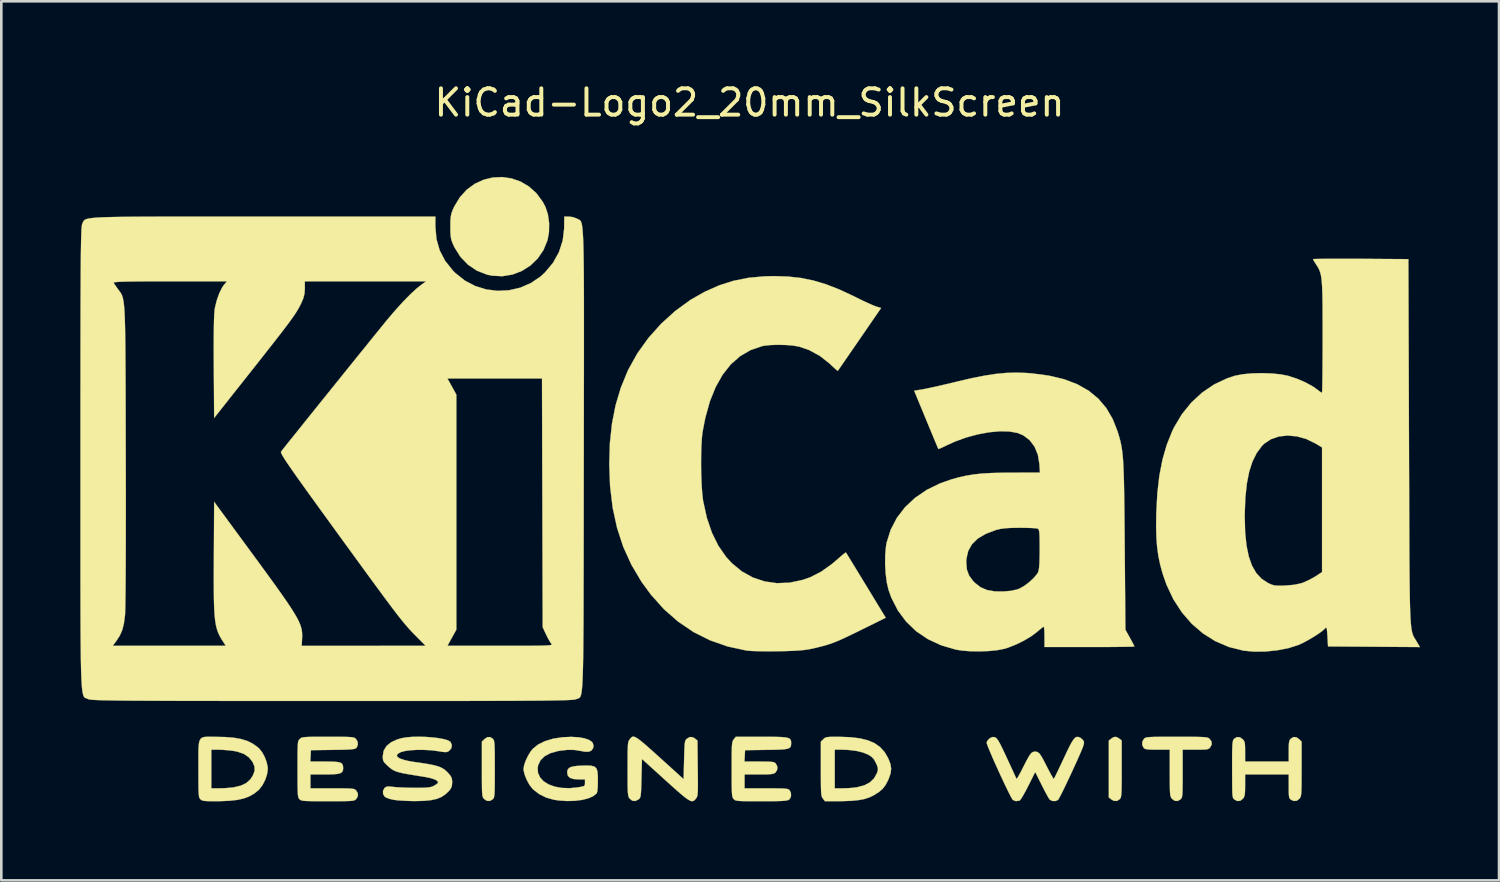
<source format=kicad_pcb>
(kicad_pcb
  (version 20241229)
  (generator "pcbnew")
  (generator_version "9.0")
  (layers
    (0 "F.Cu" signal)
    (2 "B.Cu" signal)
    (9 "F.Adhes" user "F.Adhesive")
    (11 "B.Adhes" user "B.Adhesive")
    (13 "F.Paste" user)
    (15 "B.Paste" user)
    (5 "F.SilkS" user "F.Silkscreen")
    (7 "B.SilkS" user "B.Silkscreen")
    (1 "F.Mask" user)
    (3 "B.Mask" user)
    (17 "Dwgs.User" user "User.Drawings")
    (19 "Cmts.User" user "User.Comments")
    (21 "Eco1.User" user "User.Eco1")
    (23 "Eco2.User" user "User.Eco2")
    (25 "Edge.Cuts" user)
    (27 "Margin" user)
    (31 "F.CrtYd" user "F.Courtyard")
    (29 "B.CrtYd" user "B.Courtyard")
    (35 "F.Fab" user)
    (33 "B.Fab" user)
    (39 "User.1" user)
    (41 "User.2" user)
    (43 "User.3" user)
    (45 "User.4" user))
  (footprint "KiCad-Logo2_20mm_SilkScreen"
    (layer "F.Cu")
    (at 25.405 13.548)
    (property "Reference" "KiCad-Logo2_20mm_SilkScreen" (at 0 -12.7 0) (layer "F.SilkS") (effects (font (size 1 1) (thickness 0.15))))
    (attr exclude_from_pos_files exclude_from_bom)
    (fp_poly (pts (xy 13.962 11.396) (xy 14.041 11.445) (xy 14.13 11.517) (xy 14.13 12.589) (xy 14.13 12.903) (xy 14.128 13.15) (xy 14.126 13.339) (xy 14.121 13.479) (xy 14.114 13.579) (xy 14.103 13.648) (xy 14.089 13.693) (xy 14.071 13.725) (xy 14.058 13.74) (xy 13.953 13.809) (xy 13.834 13.806) (xy 13.73 13.748) (xy 13.641 13.676) (xy 13.641 11.517) (xy 13.73 11.445) (xy 13.815 11.393) (xy 13.885 11.374) (xy 13.962 11.396)) (stroke (width 0.01) (type solid)) (fill yes) (layer "F.SilkS"))
    (fp_poly (pts (xy -9.746 11.449) (xy -9.724 11.474) (xy -9.707 11.507) (xy -9.694 11.555) (xy -9.684 11.629) (xy -9.678 11.735) (xy -9.674 11.885) (xy -9.672 12.085) (xy -9.671 12.344) (xy -9.671 12.597) (xy -9.671 12.909) (xy -9.672 13.156) (xy -9.675 13.344) (xy -9.679 13.483) (xy -9.686 13.583) (xy -9.696 13.65) (xy -9.71 13.694) (xy -9.728 13.725) (xy -9.746 13.744) (xy -9.856 13.81) (xy -9.973 13.804) (xy -10.078 13.732) (xy -10.102 13.704) (xy -10.121 13.672) (xy -10.135 13.626) (xy -10.146 13.558) (xy -10.153 13.458) (xy -10.157 13.318) (xy -10.159 13.129) (xy -10.16 12.882) (xy -10.16 12.602) (xy -10.16 11.558) (xy -10.068 11.466) (xy -9.954 11.388) (xy -9.843 11.385) (xy -9.746 11.449)) (stroke (width 0.01) (type solid)) (fill yes) (layer "F.SilkS"))
    (fp_poly (pts (xy -9.038 -9.825) (xy -8.696 -9.707) (xy -8.378 -9.52) (xy -8.094 -9.266) (xy -7.854 -8.943) (xy -7.746 -8.74) (xy -7.653 -8.455) (xy -7.608 -8.127) (xy -7.613 -7.79) (xy -7.668 -7.484) (xy -7.82 -7.11) (xy -8.04 -6.786) (xy -8.318 -6.518) (xy -8.641 -6.312) (xy -8.999 -6.175) (xy -9.381 -6.112) (xy -9.775 -6.132) (xy -9.969 -6.173) (xy -10.347 -6.32) (xy -10.683 -6.545) (xy -10.969 -6.84) (xy -11.196 -7.198) (xy -11.216 -7.238) (xy -11.282 -7.385) (xy -11.324 -7.508) (xy -11.346 -7.639) (xy -11.356 -7.807) (xy -11.357 -7.989) (xy -11.355 -8.208) (xy -11.343 -8.366) (xy -11.317 -8.494) (xy -11.271 -8.622) (xy -11.213 -8.748) (xy -10.999 -9.106) (xy -10.735 -9.397) (xy -10.432 -9.619) (xy -10.101 -9.772) (xy -9.751 -9.858) (xy -9.393 -9.876) (xy -9.038 -9.825)) (stroke (width 0.01) (type solid)) (fill yes) (layer "F.SilkS"))
    (fp_poly (pts (xy 16.544 11.374) (xy 16.806 11.375) (xy 17.01 11.378) (xy 17.163 11.382) (xy 17.274 11.389) (xy 17.351 11.398) (xy 17.402 11.411) (xy 17.436 11.427) (xy 17.453 11.439) (xy 17.538 11.548) (xy 17.549 11.66) (xy 17.496 11.763) (xy 17.461 11.804) (xy 17.424 11.832) (xy 17.37 11.849) (xy 17.285 11.858) (xy 17.156 11.862) (xy 16.968 11.863) (xy 16.931 11.863) (xy 16.444 11.863) (xy 16.444 12.766) (xy 16.444 13.051) (xy 16.442 13.27) (xy 16.439 13.433) (xy 16.433 13.549) (xy 16.424 13.629) (xy 16.41 13.682) (xy 16.392 13.717) (xy 16.369 13.744) (xy 16.259 13.81) (xy 16.145 13.805) (xy 16.041 13.73) (xy 16.033 13.72) (xy 16.008 13.685) (xy 15.989 13.644) (xy 15.975 13.586) (xy 15.966 13.503) (xy 15.96 13.383) (xy 15.957 13.217) (xy 15.955 12.995) (xy 15.955 12.742) (xy 15.955 11.863) (xy 15.49 11.863) (xy 15.291 11.861) (xy 15.153 11.856) (xy 15.062 11.845) (xy 15.005 11.827) (xy 14.968 11.799) (xy 14.964 11.794) (xy 14.909 11.683) (xy 14.914 11.558) (xy 14.977 11.449) (xy 15.001 11.428) (xy 15.032 11.411) (xy 15.079 11.398) (xy 15.149 11.388) (xy 15.251 11.382) (xy 15.394 11.377) (xy 15.585 11.375) (xy 15.834 11.374) (xy 16.147 11.374) (xy 16.214 11.374) (xy 16.544 11.374)) (stroke (width 0.01) (type solid)) (fill yes) (layer "F.SilkS"))
    (fp_poly (pts (xy 20.763 11.392) (xy 20.867 11.466) (xy 20.96 11.558) (xy 20.96 12.59) (xy 20.959 12.896) (xy 20.958 13.136) (xy 20.956 13.319) (xy 20.951 13.455) (xy 20.943 13.551) (xy 20.932 13.618) (xy 20.917 13.664) (xy 20.897 13.699) (xy 20.882 13.72) (xy 20.779 13.802) (xy 20.662 13.811) (xy 20.554 13.761) (xy 20.519 13.731) (xy 20.495 13.692) (xy 20.481 13.628) (xy 20.473 13.527) (xy 20.471 13.372) (xy 20.471 13.253) (xy 20.471 12.803) (xy 18.815 12.803) (xy 18.815 13.212) (xy 18.813 13.399) (xy 18.806 13.528) (xy 18.792 13.615) (xy 18.767 13.676) (xy 18.737 13.72) (xy 18.634 13.802) (xy 18.517 13.812) (xy 18.406 13.754) (xy 18.375 13.723) (xy 18.354 13.683) (xy 18.34 13.62) (xy 18.331 13.522) (xy 18.327 13.376) (xy 18.325 13.171) (xy 18.325 13.123) (xy 18.323 12.735) (xy 18.322 12.416) (xy 18.322 12.157) (xy 18.324 11.953) (xy 18.328 11.796) (xy 18.333 11.678) (xy 18.341 11.594) (xy 18.352 11.536) (xy 18.365 11.497) (xy 18.382 11.469) (xy 18.401 11.449) (xy 18.507 11.383) (xy 18.618 11.392) (xy 18.722 11.466) (xy 18.765 11.514) (xy 18.792 11.567) (xy 18.807 11.642) (xy 18.813 11.757) (xy 18.815 11.929) (xy 18.815 11.936) (xy 18.815 12.314) (xy 20.471 12.314) (xy 20.471 11.919) (xy 20.472 11.737) (xy 20.479 11.614) (xy 20.493 11.534) (xy 20.518 11.481) (xy 20.546 11.449) (xy 20.652 11.383) (xy 20.763 11.392)) (stroke (width 0.01) (type solid)) (fill yes) (layer "F.SilkS"))
    (fp_poly (pts (xy 3.394 11.374) (xy 3.824 11.389) (xy 4.19 11.433) (xy 4.497 11.509) (xy 4.753 11.62) (xy 4.962 11.769) (xy 5.131 11.957) (xy 5.266 12.189) (xy 5.268 12.195) (xy 5.349 12.402) (xy 5.377 12.585) (xy 5.354 12.77) (xy 5.279 12.98) (xy 5.265 13.012) (xy 5.167 13.2) (xy 5.058 13.345) (xy 4.917 13.468) (xy 4.724 13.59) (xy 4.713 13.597) (xy 4.545 13.677) (xy 4.355 13.738) (xy 4.132 13.779) (xy 3.862 13.805) (xy 3.534 13.817) (xy 3.418 13.818) (xy 2.865 13.819) (xy 2.787 13.72) (xy 2.764 13.688) (xy 2.746 13.65) (xy 2.733 13.597) (xy 2.723 13.521) (xy 2.716 13.411) (xy 2.714 13.33) (xy 3.236 13.33) (xy 3.549 13.33) (xy 3.732 13.325) (xy 3.92 13.311) (xy 4.074 13.291) (xy 4.084 13.289) (xy 4.358 13.216) (xy 4.57 13.105) (xy 4.728 12.953) (xy 4.838 12.753) (xy 4.857 12.7) (xy 4.876 12.618) (xy 4.868 12.536) (xy 4.828 12.428) (xy 4.804 12.375) (xy 4.727 12.233) (xy 4.633 12.134) (xy 4.53 12.065) (xy 4.323 11.975) (xy 4.059 11.91) (xy 3.751 11.872) (xy 3.528 11.864) (xy 3.236 11.863) (xy 3.236 13.33) (xy 2.714 13.33) (xy 2.712 13.26) (xy 2.71 13.058) (xy 2.709 12.795) (xy 2.709 12.59) (xy 2.709 11.558) (xy 2.802 11.466) (xy 2.843 11.428) (xy 2.887 11.403) (xy 2.949 11.387) (xy 3.043 11.378) (xy 3.182 11.375) (xy 3.382 11.374) (xy 3.394 11.374)) (stroke (width 0.01) (type solid)) (fill yes) (layer "F.SilkS"))
    (fp_poly (pts (xy -20.405 11.374) (xy -20.273 11.375) (xy -19.887 11.384) (xy -19.564 11.412) (xy -19.293 11.461) (xy -19.062 11.534) (xy -18.861 11.634) (xy -18.679 11.765) (xy -18.614 11.822) (xy -18.506 11.955) (xy -18.408 12.135) (xy -18.333 12.334) (xy -18.292 12.526) (xy -18.288 12.597) (xy -18.315 12.793) (xy -18.386 13.007) (xy -18.49 13.209) (xy -18.613 13.371) (xy -18.633 13.391) (xy -18.802 13.528) (xy -18.987 13.635) (xy -19.199 13.715) (xy -19.448 13.77) (xy -19.746 13.803) (xy -20.102 13.818) (xy -20.265 13.819) (xy -20.473 13.818) (xy -20.618 13.814) (xy -20.716 13.805) (xy -20.78 13.789) (xy -20.824 13.765) (xy -20.847 13.744) (xy -20.869 13.719) (xy -20.886 13.686) (xy -20.899 13.638) (xy -20.908 13.564) (xy -20.915 13.458) (xy -20.919 13.308) (xy -20.921 13.108) (xy -20.922 12.849) (xy -20.922 12.597) (xy -20.923 12.26) (xy -20.923 11.991) (xy -20.92 11.863) (xy -20.433 11.863) (xy -20.433 13.33) (xy -20.122 13.33) (xy -19.936 13.325) (xy -19.74 13.311) (xy -19.577 13.292) (xy -19.572 13.291) (xy -19.308 13.227) (xy -19.103 13.128) (xy -18.948 12.986) (xy -18.849 12.833) (xy -18.788 12.663) (xy -18.793 12.504) (xy -18.863 12.333) (xy -19.002 12.156) (xy -19.193 12.025) (xy -19.442 11.938) (xy -19.609 11.907) (xy -19.798 11.885) (xy -19.998 11.869) (xy -20.169 11.863) (xy -20.179 11.863) (xy -20.433 11.863) (xy -20.92 11.863) (xy -20.918 11.783) (xy -20.903 11.627) (xy -20.876 11.516) (xy -20.832 11.443) (xy -20.767 11.399) (xy -20.676 11.378) (xy -20.557 11.372) (xy -20.405 11.374)) (stroke (width 0.01) (type solid)) (fill yes) (layer "F.SilkS"))
    (fp_poly (pts (xy -4.334 11.388) (xy -4.255 11.434) (xy -4.152 11.51) (xy -4.02 11.618) (xy -3.853 11.762) (xy -3.646 11.947) (xy -3.394 12.175) (xy -3.104 12.437) (xy -2.502 12.983) (xy -2.484 12.25) (xy -2.477 11.998) (xy -2.47 11.81) (xy -2.462 11.676) (xy -2.452 11.584) (xy -2.437 11.524) (xy -2.417 11.486) (xy -2.39 11.457) (xy -2.376 11.445) (xy -2.261 11.382) (xy -2.151 11.391) (xy -2.064 11.445) (xy -1.976 11.517) (xy -1.965 12.567) (xy -1.961 12.876) (xy -1.96 13.118) (xy -1.96 13.304) (xy -1.963 13.441) (xy -1.97 13.539) (xy -1.979 13.608) (xy -1.994 13.655) (xy -2.012 13.69) (xy -2.033 13.718) (xy -2.078 13.771) (xy -2.123 13.805) (xy -2.174 13.819) (xy -2.237 13.807) (xy -2.318 13.766) (xy -2.424 13.693) (xy -2.561 13.583) (xy -2.735 13.433) (xy -2.952 13.24) (xy -3.199 13.017) (xy -4.083 12.215) (xy -4.102 12.945) (xy -4.108 13.197) (xy -4.115 13.385) (xy -4.123 13.518) (xy -4.133 13.61) (xy -4.148 13.669) (xy -4.168 13.708) (xy -4.195 13.736) (xy -4.209 13.748) (xy -4.333 13.811) (xy -4.449 13.802) (xy -4.55 13.72) (xy -4.574 13.688) (xy -4.592 13.649) (xy -4.605 13.597) (xy -4.615 13.52) (xy -4.622 13.41) (xy -4.626 13.258) (xy -4.628 13.055) (xy -4.628 12.792) (xy -4.628 12.597) (xy -4.628 12.291) (xy -4.627 12.052) (xy -4.624 11.87) (xy -4.619 11.736) (xy -4.612 11.64) (xy -4.601 11.574) (xy -4.585 11.528) (xy -4.565 11.493) (xy -4.55 11.473) (xy -4.513 11.426) (xy -4.478 11.39) (xy -4.44 11.37) (xy -4.393 11.368) (xy -4.334 11.388)) (stroke (width 0.01) (type solid)) (fill yes) (layer "F.SilkS"))
    (fp_poly (pts (xy -6.5 11.392) (xy -6.272 11.43) (xy -6.096 11.49) (xy -5.982 11.568) (xy -5.951 11.613) (xy -5.92 11.717) (xy -5.941 11.811) (xy -6.008 11.901) (xy -6.112 11.942) (xy -6.264 11.939) (xy -6.381 11.916) (xy -6.641 11.873) (xy -6.907 11.869) (xy -7.205 11.904) (xy -7.287 11.919) (xy -7.564 11.997) (xy -7.781 12.113) (xy -7.935 12.265) (xy -8.024 12.452) (xy -8.042 12.548) (xy -8.03 12.743) (xy -7.952 12.916) (xy -7.816 13.063) (xy -7.628 13.181) (xy -7.396 13.266) (xy -7.126 13.315) (xy -6.826 13.325) (xy -6.503 13.292) (xy -6.485 13.289) (xy -6.356 13.265) (xy -6.285 13.242) (xy -6.254 13.207) (xy -6.247 13.15) (xy -6.247 13.119) (xy -6.247 12.992) (xy -6.475 12.992) (xy -6.676 12.978) (xy -6.814 12.934) (xy -6.894 12.856) (xy -6.923 12.74) (xy -6.923 12.725) (xy -6.906 12.626) (xy -6.848 12.555) (xy -6.74 12.508) (xy -6.572 12.481) (xy -6.41 12.471) (xy -6.175 12.465) (xy -6.004 12.474) (xy -5.887 12.506) (xy -5.815 12.571) (xy -5.776 12.678) (xy -5.76 12.836) (xy -5.757 13.044) (xy -5.762 13.275) (xy -5.776 13.433) (xy -5.8 13.517) (xy -5.804 13.523) (xy -5.934 13.628) (xy -6.124 13.712) (xy -6.363 13.771) (xy -6.638 13.805) (xy -6.937 13.812) (xy -7.249 13.79) (xy -7.432 13.763) (xy -7.719 13.682) (xy -7.986 13.549) (xy -8.21 13.376) (xy -8.244 13.342) (xy -8.354 13.197) (xy -8.454 13.017) (xy -8.531 12.829) (xy -8.574 12.658) (xy -8.58 12.592) (xy -8.557 12.455) (xy -8.499 12.284) (xy -8.414 12.105) (xy -8.316 11.941) (xy -8.229 11.831) (xy -8.026 11.668) (xy -7.763 11.538) (xy -7.451 11.445) (xy -7.097 11.391) (xy -6.773 11.377) (xy -6.5 11.392)) (stroke (width 0.01) (type solid)) (fill yes) (layer "F.SilkS"))
    (fp_poly (pts (xy 0.768 11.374) (xy 1.022 11.377) (xy 1.217 11.384) (xy 1.361 11.397) (xy 1.461 11.418) (xy 1.525 11.447) (xy 1.561 11.487) (xy 1.577 11.54) (xy 1.58 11.607) (xy 1.58 11.614) (xy 1.577 11.69) (xy 1.561 11.748) (xy 1.524 11.792) (xy 1.458 11.823) (xy 1.353 11.844) (xy 1.201 11.857) (xy 0.993 11.865) (xy 0.721 11.87) (xy 0.638 11.871) (xy -0.169 11.882) (xy -0.181 12.098) (xy -0.192 12.314) (xy 0.369 12.314) (xy 0.588 12.315) (xy 0.744 12.319) (xy 0.85 12.326) (xy 0.919 12.339) (xy 0.964 12.359) (xy 0.996 12.388) (xy 0.996 12.388) (xy 1.055 12.5) (xy 1.052 12.621) (xy 0.991 12.725) (xy 0.979 12.735) (xy 0.936 12.763) (xy 0.877 12.782) (xy 0.789 12.794) (xy 0.658 12.801) (xy 0.472 12.803) (xy 0.353 12.803) (xy -0.188 12.803) (xy -0.188 13.33) (xy 0.634 13.33) (xy 0.905 13.331) (xy 1.111 13.333) (xy 1.262 13.337) (xy 1.367 13.344) (xy 1.437 13.355) (xy 1.482 13.371) (xy 1.511 13.392) (xy 1.518 13.399) (xy 1.572 13.504) (xy 1.576 13.624) (xy 1.532 13.728) (xy 1.497 13.761) (xy 1.46 13.779) (xy 1.404 13.793) (xy 1.319 13.804) (xy 1.196 13.811) (xy 1.026 13.816) (xy 0.8 13.819) (xy 0.51 13.819) (xy 0.445 13.819) (xy 0.15 13.819) (xy -0.079 13.818) (xy -0.251 13.816) (xy -0.376 13.811) (xy -0.463 13.802) (xy -0.52 13.791) (xy -0.558 13.774) (xy -0.586 13.753) (xy -0.601 13.737) (xy -0.623 13.71) (xy -0.641 13.676) (xy -0.654 13.626) (xy -0.664 13.552) (xy -0.67 13.445) (xy -0.674 13.295) (xy -0.676 13.094) (xy -0.677 12.833) (xy -0.677 12.613) (xy -0.677 12.305) (xy -0.676 12.064) (xy -0.673 11.879) (xy -0.669 11.743) (xy -0.661 11.645) (xy -0.65 11.577) (xy -0.635 11.53) (xy -0.616 11.495) (xy -0.599 11.473) (xy -0.521 11.374) (xy 0.446 11.374) (xy 0.768 11.374)) (stroke (width 0.01) (type solid)) (fill yes) (layer "F.SilkS"))
    (fp_poly (pts (xy -15.709 11.374) (xy -15.478 11.375) (xy -15.303 11.378) (xy -15.176 11.383) (xy -15.087 11.391) (xy -15.027 11.403) (xy -14.987 11.419) (xy -14.957 11.441) (xy -14.946 11.45) (xy -14.88 11.554) (xy -14.868 11.673) (xy -14.912 11.778) (xy -14.932 11.8) (xy -14.964 11.82) (xy -15.016 11.836) (xy -15.098 11.848) (xy -15.219 11.857) (xy -15.389 11.864) (xy -15.617 11.868) (xy -15.825 11.871) (xy -16.651 11.882) (xy -16.662 12.098) (xy -16.674 12.314) (xy -16.113 12.314) (xy -15.87 12.316) (xy -15.692 12.325) (xy -15.569 12.344) (xy -15.491 12.378) (xy -15.448 12.429) (xy -15.431 12.502) (xy -15.428 12.569) (xy -15.436 12.652) (xy -15.468 12.713) (xy -15.531 12.755) (xy -15.637 12.782) (xy -15.795 12.797) (xy -16.013 12.803) (xy -16.133 12.803) (xy -16.67 12.803) (xy -16.67 13.33) (xy -15.842 13.33) (xy -15.571 13.331) (xy -15.364 13.332) (xy -15.213 13.336) (xy -15.107 13.343) (xy -15.035 13.354) (xy -14.988 13.369) (xy -14.956 13.39) (xy -14.939 13.406) (xy -14.882 13.495) (xy -14.864 13.575) (xy -14.89 13.672) (xy -14.939 13.744) (xy -14.965 13.767) (xy -14.999 13.784) (xy -15.049 13.798) (xy -15.126 13.807) (xy -15.237 13.813) (xy -15.392 13.817) (xy -15.601 13.819) (xy -15.871 13.819) (xy -16.011 13.819) (xy -16.312 13.819) (xy -16.546 13.818) (xy -16.724 13.815) (xy -16.853 13.81) (xy -16.944 13.802) (xy -17.004 13.791) (xy -17.044 13.775) (xy -17.073 13.755) (xy -17.084 13.744) (xy -17.106 13.719) (xy -17.123 13.686) (xy -17.136 13.637) (xy -17.146 13.564) (xy -17.152 13.457) (xy -17.156 13.307) (xy -17.158 13.106) (xy -17.159 12.846) (xy -17.159 12.603) (xy -17.159 12.292) (xy -17.158 12.048) (xy -17.156 11.862) (xy -17.152 11.724) (xy -17.145 11.626) (xy -17.135 11.56) (xy -17.121 11.516) (xy -17.102 11.486) (xy -17.078 11.461) (xy -17.072 11.455) (xy -17.043 11.431) (xy -17.01 11.411) (xy -16.962 11.397) (xy -16.891 11.387) (xy -16.788 11.38) (xy -16.643 11.376) (xy -16.446 11.374) (xy -16.189 11.374) (xy -16.007 11.374) (xy -15.709 11.374)) (stroke (width 0.01) (type solid)) (fill yes) (layer "F.SilkS"))
    (fp_poly (pts (xy 12.482 11.38) (xy 12.548 11.403) (xy 12.55 11.405) (xy 12.639 11.472) (xy 12.688 11.542) (xy 12.697 11.575) (xy 12.697 11.618) (xy 12.683 11.68) (xy 12.654 11.768) (xy 12.606 11.889) (xy 12.535 12.052) (xy 12.441 12.265) (xy 12.318 12.534) (xy 12.251 12.681) (xy 12.129 12.943) (xy 12.014 13.185) (xy 11.912 13.396) (xy 11.825 13.569) (xy 11.76 13.694) (xy 11.719 13.763) (xy 11.711 13.772) (xy 11.607 13.814) (xy 11.49 13.809) (xy 11.397 13.758) (xy 11.393 13.754) (xy 11.356 13.697) (xy 11.293 13.587) (xy 11.213 13.438) (xy 11.123 13.263) (xy 11.091 13.199) (xy 10.847 12.71) (xy 10.581 13.241) (xy 10.486 13.425) (xy 10.398 13.584) (xy 10.324 13.706) (xy 10.271 13.78) (xy 10.253 13.796) (xy 10.114 13.817) (xy 9.999 13.772) (xy 9.966 13.725) (xy 9.907 13.619) (xy 9.829 13.465) (xy 9.736 13.274) (xy 9.632 13.056) (xy 9.523 12.822) (xy 9.413 12.581) (xy 9.306 12.345) (xy 9.209 12.123) (xy 9.125 11.926) (xy 9.059 11.765) (xy 9.016 11.65) (xy 9.001 11.591) (xy 9.001 11.589) (xy 9.038 11.515) (xy 9.111 11.439) (xy 9.116 11.436) (xy 9.206 11.385) (xy 9.29 11.385) (xy 9.321 11.395) (xy 9.359 11.416) (xy 9.4 11.457) (xy 9.448 11.526) (xy 9.508 11.633) (xy 9.585 11.786) (xy 9.683 11.992) (xy 9.772 12.183) (xy 9.875 12.404) (xy 9.967 12.603) (xy 10.043 12.769) (xy 10.099 12.892) (xy 10.131 12.962) (xy 10.135 12.973) (xy 10.156 12.955) (xy 10.203 12.88) (xy 10.27 12.76) (xy 10.352 12.604) (xy 10.384 12.54) (xy 10.494 12.323) (xy 10.579 12.166) (xy 10.645 12.057) (xy 10.701 11.99) (xy 10.752 11.954) (xy 10.805 11.94) (xy 10.84 11.938) (xy 10.902 11.943) (xy 10.956 11.966) (xy 11.01 12.015) (xy 11.071 12.1) (xy 11.146 12.23) (xy 11.242 12.415) (xy 11.296 12.52) (xy 11.382 12.687) (xy 11.457 12.826) (xy 11.515 12.924) (xy 11.548 12.971) (xy 11.553 12.973) (xy 11.574 12.936) (xy 11.622 12.841) (xy 11.692 12.697) (xy 11.779 12.515) (xy 11.878 12.305) (xy 11.927 12.2) (xy 12.054 11.93) (xy 12.156 11.723) (xy 12.239 11.57) (xy 12.308 11.467) (xy 12.368 11.405) (xy 12.424 11.378) (xy 12.482 11.38)) (stroke (width 0.01) (type solid)) (fill yes) (layer "F.SilkS"))
    (fp_poly (pts (xy -12.306 11.378) (xy -12.056 11.395) (xy -11.824 11.423) (xy -11.623 11.459) (xy -11.467 11.502) (xy -11.368 11.553) (xy -11.353 11.568) (xy -11.3 11.683) (xy -11.316 11.801) (xy -11.398 11.902) (xy -11.402 11.905) (xy -11.45 11.937) (xy -11.5 11.953) (xy -11.57 11.955) (xy -11.678 11.943) (xy -11.84 11.917) (xy -11.853 11.915) (xy -12.096 11.885) (xy -12.357 11.871) (xy -12.62 11.87) (xy -12.865 11.884) (xy -13.073 11.912) (xy -13.228 11.952) (xy -13.238 11.956) (xy -13.35 12.019) (xy -13.39 12.082) (xy -13.359 12.145) (xy -13.26 12.204) (xy -13.096 12.259) (xy -12.87 12.308) (xy -12.719 12.331) (xy -12.405 12.376) (xy -12.155 12.417) (xy -11.959 12.458) (xy -11.806 12.502) (xy -11.685 12.553) (xy -11.586 12.614) (xy -11.498 12.689) (xy -11.427 12.763) (xy -11.344 12.866) (xy -11.302 12.954) (xy -11.289 13.063) (xy -11.289 13.103) (xy -11.299 13.236) (xy -11.337 13.334) (xy -11.404 13.422) (xy -11.541 13.555) (xy -11.693 13.657) (xy -11.872 13.731) (xy -12.089 13.779) (xy -12.356 13.806) (xy -12.684 13.814) (xy -12.738 13.814) (xy -12.956 13.809) (xy -13.173 13.799) (xy -13.364 13.785) (xy -13.506 13.767) (xy -13.518 13.765) (xy -13.659 13.732) (xy -13.779 13.689) (xy -13.847 13.651) (xy -13.91 13.549) (xy -13.915 13.43) (xy -13.86 13.324) (xy -13.848 13.312) (xy -13.798 13.276) (xy -13.735 13.261) (xy -13.637 13.264) (xy -13.519 13.277) (xy -13.387 13.289) (xy -13.201 13.299) (xy -12.985 13.307) (xy -12.759 13.311) (xy -12.7 13.311) (xy -12.474 13.31) (xy -12.308 13.305) (xy -12.189 13.296) (xy -12.101 13.28) (xy -12.03 13.256) (xy -11.987 13.236) (xy -11.893 13.181) (xy -11.834 13.131) (xy -11.825 13.116) (xy -11.843 13.058) (xy -11.931 13.001) (xy -12.082 12.948) (xy -12.289 12.903) (xy -12.351 12.893) (xy -12.67 12.842) (xy -12.925 12.8) (xy -13.126 12.764) (xy -13.282 12.729) (xy -13.402 12.694) (xy -13.498 12.654) (xy -13.578 12.608) (xy -13.652 12.551) (xy -13.731 12.481) (xy -13.758 12.457) (xy -13.851 12.366) (xy -13.901 12.293) (xy -13.92 12.211) (xy -13.923 12.107) (xy -13.889 11.902) (xy -13.786 11.729) (xy -13.615 11.587) (xy -13.378 11.476) (xy -13.208 11.427) (xy -13.024 11.395) (xy -12.803 11.376) (xy -12.559 11.371) (xy -12.306 11.378)) (stroke (width 0.01) (type solid)) (fill yes) (layer "F.SilkS"))
    (fp_poly (pts (xy 1.459 -6.099) (xy 1.95 -6.045) (xy 2.425 -5.949) (xy 2.905 -5.805) (xy 3.408 -5.609) (xy 3.953 -5.355) (xy 4.052 -5.306) (xy 4.277 -5.195) (xy 4.49 -5.095) (xy 4.669 -5.016) (xy 4.793 -4.966) (xy 4.812 -4.96) (xy 4.995 -4.905) (xy 4.177 -3.716) (xy 3.977 -3.425) (xy 3.794 -3.16) (xy 3.635 -2.928) (xy 3.505 -2.74) (xy 3.411 -2.604) (xy 3.359 -2.529) (xy 3.35 -2.517) (xy 3.316 -2.541) (xy 3.231 -2.616) (xy 3.112 -2.727) (xy 3.046 -2.79) (xy 2.671 -3.087) (xy 2.251 -3.314) (xy 1.889 -3.437) (xy 1.672 -3.476) (xy 1.399 -3.5) (xy 1.105 -3.508) (xy 0.819 -3.5) (xy 0.574 -3.476) (xy 0.477 -3.457) (xy 0.037 -3.306) (xy -0.359 -3.075) (xy -0.712 -2.764) (xy -1.02 -2.375) (xy -1.284 -1.907) (xy -1.504 -1.362) (xy -1.678 -0.738) (xy -1.782 -0.205) (xy -1.809 0.031) (xy -1.827 0.335) (xy -1.837 0.686) (xy -1.839 1.062) (xy -1.833 1.442) (xy -1.818 1.802) (xy -1.796 2.122) (xy -1.767 2.38) (xy -1.761 2.42) (xy -1.62 3.06) (xy -1.428 3.626) (xy -1.183 4.122) (xy -0.885 4.549) (xy -0.674 4.78) (xy -0.294 5.093) (xy 0.122 5.325) (xy 0.569 5.475) (xy 1.038 5.542) (xy 1.522 5.523) (xy 2.016 5.418) (xy 2.307 5.316) (xy 2.711 5.111) (xy 3.127 4.816) (xy 3.36 4.617) (xy 3.491 4.502) (xy 3.593 4.418) (xy 3.652 4.377) (xy 3.659 4.376) (xy 3.685 4.417) (xy 3.753 4.527) (xy 3.856 4.696) (xy 3.99 4.915) (xy 4.147 5.173) (xy 4.324 5.462) (xy 4.422 5.623) (xy 5.171 6.854) (xy 4.236 7.316) (xy 3.897 7.482) (xy 3.623 7.613) (xy 3.397 7.715) (xy 3.201 7.795) (xy 3.019 7.86) (xy 2.835 7.916) (xy 2.631 7.968) (xy 2.435 8.015) (xy 2.261 8.051) (xy 2.08 8.078) (xy 1.872 8.098) (xy 1.62 8.112) (xy 1.305 8.122) (xy 1.092 8.126) (xy 0.79 8.129) (xy 0.499 8.128) (xy 0.241 8.122) (xy 0.033 8.113) (xy -0.105 8.101) (xy -0.113 8.1) (xy -0.828 7.945) (xy -1.499 7.711) (xy -2.127 7.396) (xy -2.71 7.002) (xy -3.25 6.529) (xy -3.744 5.976) (xy -4.103 5.485) (xy -4.484 4.842) (xy -4.793 4.163) (xy -5.029 3.443) (xy -5.196 2.675) (xy -5.294 1.855) (xy -5.325 1.023) (xy -5.3 0.218) (xy -5.22 -0.525) (xy -5.083 -1.218) (xy -4.887 -1.874) (xy -4.629 -2.506) (xy -4.598 -2.571) (xy -4.258 -3.183) (xy -3.841 -3.764) (xy -3.358 -4.305) (xy -2.821 -4.791) (xy -2.243 -5.212) (xy -1.703 -5.52) (xy -1.158 -5.762) (xy -0.613 -5.937) (xy -0.044 -6.051) (xy 0.567 -6.107) (xy 0.933 -6.115) (xy 1.459 -6.099)) (stroke (width 0.01) (type solid)) (fill yes) (layer "F.SilkS"))
    (fp_poly (pts (xy 22.685 -6.774) (xy 23.072 -6.772) (xy 23.204 -6.772) (xy 25.013 -6.76) (xy 25.036 0.182) (xy 25.039 1.123) (xy 25.042 1.978) (xy 25.044 2.751) (xy 25.047 3.445) (xy 25.049 4.067) (xy 25.052 4.619) (xy 25.056 5.107) (xy 25.06 5.535) (xy 25.065 5.907) (xy 25.071 6.228) (xy 25.078 6.502) (xy 25.087 6.734) (xy 25.097 6.928) (xy 25.109 7.088) (xy 25.123 7.219) (xy 25.139 7.325) (xy 25.157 7.411) (xy 25.178 7.482) (xy 25.201 7.54) (xy 25.227 7.592) (xy 25.255 7.641) (xy 25.287 7.692) (xy 25.322 7.749) (xy 25.329 7.761) (xy 25.45 7.967) (xy 21.963 7.943) (xy 21.941 7.56) (xy 21.928 7.376) (xy 21.915 7.27) (xy 21.898 7.228) (xy 21.871 7.237) (xy 21.849 7.261) (xy 21.754 7.349) (xy 21.598 7.463) (xy 21.403 7.588) (xy 21.192 7.712) (xy 20.987 7.82) (xy 20.83 7.891) (xy 20.46 8.008) (xy 20.037 8.09) (xy 19.59 8.136) (xy 19.152 8.141) (xy 18.753 8.103) (xy 18.746 8.101) (xy 18.2 7.964) (xy 17.689 7.746) (xy 17.218 7.451) (xy 16.791 7.085) (xy 16.415 6.651) (xy 16.092 6.154) (xy 15.83 5.6) (xy 15.687 5.189) (xy 15.592 4.846) (xy 15.522 4.513) (xy 15.475 4.171) (xy 15.447 3.8) (xy 15.437 3.378) (xy 15.442 3.034) (xy 18.801 3.034) (xy 18.816 3.611) (xy 18.867 4.107) (xy 18.953 4.528) (xy 19.076 4.876) (xy 19.238 5.157) (xy 19.44 5.375) (xy 19.674 5.529) (xy 19.796 5.587) (xy 19.901 5.621) (xy 20.019 5.637) (xy 20.177 5.638) (xy 20.347 5.632) (xy 20.682 5.603) (xy 20.947 5.545) (xy 21.03 5.516) (xy 21.22 5.43) (xy 21.421 5.323) (xy 21.508 5.269) (xy 21.736 5.12) (xy 21.736 0.388) (xy 21.485 0.238) (xy 21.136 0.068) (xy 20.779 -0.032) (xy 20.428 -0.064) (xy 20.095 -0.027) (xy 19.794 0.077) (xy 19.538 0.248) (xy 19.455 0.33) (xy 19.255 0.599) (xy 19.094 0.924) (xy 18.969 1.312) (xy 18.88 1.767) (xy 18.824 2.296) (xy 18.801 2.903) (xy 18.801 3.034) (xy 15.442 3.034) (xy 15.443 2.891) (xy 15.482 2.142) (xy 15.559 1.466) (xy 15.677 0.854) (xy 15.838 0.295) (xy 16.043 -0.219) (xy 16.117 -0.372) (xy 16.413 -0.87) (xy 16.77 -1.312) (xy 17.18 -1.691) (xy 17.636 -2.001) (xy 18.128 -2.234) (xy 18.422 -2.331) (xy 18.712 -2.388) (xy 19.06 -2.422) (xy 19.438 -2.432) (xy 19.817 -2.42) (xy 20.166 -2.385) (xy 20.447 -2.33) (xy 20.781 -2.221) (xy 21.105 -2.081) (xy 21.389 -1.925) (xy 21.54 -1.818) (xy 21.644 -1.739) (xy 21.716 -1.691) (xy 21.733 -1.684) (xy 21.738 -1.728) (xy 21.743 -1.854) (xy 21.747 -2.054) (xy 21.751 -2.318) (xy 21.754 -2.637) (xy 21.756 -3.002) (xy 21.758 -3.406) (xy 21.758 -3.816) (xy 21.758 -4.343) (xy 21.757 -4.786) (xy 21.754 -5.156) (xy 21.748 -5.46) (xy 21.739 -5.706) (xy 21.726 -5.905) (xy 21.708 -6.063) (xy 21.684 -6.189) (xy 21.654 -6.292) (xy 21.617 -6.381) (xy 21.572 -6.463) (xy 21.518 -6.548) (xy 21.511 -6.558) (xy 21.442 -6.668) (xy 21.4 -6.743) (xy 21.394 -6.759) (xy 21.438 -6.764) (xy 21.563 -6.768) (xy 21.76 -6.771) (xy 22.019 -6.773) (xy 22.331 -6.774) (xy 22.685 -6.774)) (stroke (width 0.01) (type solid)) (fill yes) (layer "F.SilkS"))
    (fp_poly (pts (xy 10.502 -2.439) (xy 10.727 -2.422) (xy 11.372 -2.336) (xy 11.944 -2.2) (xy 12.444 -2.01) (xy 12.876 -1.765) (xy 13.243 -1.463) (xy 13.547 -1.103) (xy 13.791 -0.683) (xy 13.97 -0.228) (xy 14.015 -0.082) (xy 14.054 0.054) (xy 14.088 0.188) (xy 14.117 0.327) (xy 14.142 0.479) (xy 14.163 0.651) (xy 14.18 0.851) (xy 14.194 1.085) (xy 14.205 1.362) (xy 14.215 1.687) (xy 14.222 2.069) (xy 14.229 2.516) (xy 14.235 3.033) (xy 14.24 3.629) (xy 14.244 4.097) (xy 14.27 7.306) (xy 14.441 7.615) (xy 14.522 7.764) (xy 14.582 7.879) (xy 14.611 7.941) (xy 14.612 7.945) (xy 14.568 7.95) (xy 14.443 7.954) (xy 14.247 7.958) (xy 13.99 7.961) (xy 13.681 7.964) (xy 13.331 7.965) (xy 12.95 7.966) (xy 12.905 7.966) (xy 11.198 7.966) (xy 11.198 7.579) (xy 11.195 7.404) (xy 11.187 7.27) (xy 11.176 7.199) (xy 11.171 7.192) (xy 11.126 7.22) (xy 11.033 7.293) (xy 10.912 7.395) (xy 10.909 7.398) (xy 10.689 7.562) (xy 10.41 7.727) (xy 10.105 7.876) (xy 9.805 7.994) (xy 9.673 8.034) (xy 9.41 8.085) (xy 9.087 8.118) (xy 8.735 8.131) (xy 8.381 8.126) (xy 8.057 8.1) (xy 7.829 8.063) (xy 7.272 7.899) (xy 6.771 7.666) (xy 6.328 7.367) (xy 5.948 7.003) (xy 5.633 6.579) (xy 5.386 6.096) (xy 5.28 5.804) (xy 5.213 5.519) (xy 5.169 5.178) (xy 5.148 4.811) (xy 5.149 4.757) (xy 8.228 4.757) (xy 8.253 5.03) (xy 8.338 5.257) (xy 8.495 5.467) (xy 8.556 5.529) (xy 8.77 5.695) (xy 9.018 5.802) (xy 9.315 5.854) (xy 9.628 5.858) (xy 9.925 5.833) (xy 10.152 5.783) (xy 10.251 5.746) (xy 10.428 5.646) (xy 10.617 5.504) (xy 10.789 5.345) (xy 10.917 5.193) (xy 10.951 5.137) (xy 10.977 5.059) (xy 10.996 4.934) (xy 11.008 4.751) (xy 11.014 4.498) (xy 11.016 4.257) (xy 11.015 3.976) (xy 11.011 3.773) (xy 11.004 3.634) (xy 10.991 3.547) (xy 10.972 3.498) (xy 10.945 3.473) (xy 10.936 3.469) (xy 10.863 3.457) (xy 10.718 3.448) (xy 10.521 3.441) (xy 10.292 3.438) (xy 10.242 3.438) (xy 9.936 3.443) (xy 9.699 3.457) (xy 9.511 3.484) (xy 9.356 3.522) (xy 8.97 3.668) (xy 8.668 3.847) (xy 8.447 4.062) (xy 8.303 4.317) (xy 8.235 4.613) (xy 8.228 4.757) (xy 5.149 4.757) (xy 5.153 4.45) (xy 5.184 4.126) (xy 5.208 3.995) (xy 5.361 3.51) (xy 5.594 3.063) (xy 5.903 2.66) (xy 6.283 2.304) (xy 6.729 1.999) (xy 7.238 1.751) (xy 7.67 1.6) (xy 7.959 1.52) (xy 8.235 1.459) (xy 8.517 1.413) (xy 8.822 1.38) (xy 9.168 1.36) (xy 9.573 1.349) (xy 9.94 1.346) (xy 11.026 1.343) (xy 11.005 1.016) (xy 10.946 0.662) (xy 10.82 0.358) (xy 10.633 0.11) (xy 10.391 -0.072) (xy 10.177 -0.161) (xy 9.87 -0.217) (xy 9.506 -0.225) (xy 9.1 -0.188) (xy 8.67 -0.109) (xy 8.232 0.009) (xy 7.805 0.164) (xy 7.495 0.305) (xy 7.345 0.377) (xy 7.231 0.428) (xy 7.173 0.447) (xy 7.17 0.447) (xy 7.15 0.403) (xy 7.1 0.285) (xy 7.025 0.106) (xy 6.93 -0.123) (xy 6.818 -0.392) (xy 6.705 -0.666) (xy 6.251 -1.764) (xy 6.574 -1.817) (xy 6.714 -1.844) (xy 6.924 -1.889) (xy 7.186 -1.947) (xy 7.483 -2.016) (xy 7.796 -2.09) (xy 7.92 -2.121) (xy 8.46 -2.246) (xy 8.932 -2.339) (xy 9.355 -2.404) (xy 9.745 -2.441) (xy 10.122 -2.452) (xy 10.502 -2.439)) (stroke (width 0.01) (type solid)) (fill yes) (layer "F.SilkS"))
    (fp_poly (pts (xy -19.746 -8.376) (xy -18.869 -8.376) (xy -18.461 -8.376) (xy -11.926 -8.376) (xy -11.926 -7.99) (xy -11.885 -7.522) (xy -11.761 -7.089) (xy -11.553 -6.691) (xy -11.259 -6.324) (xy -11.16 -6.225) (xy -10.803 -5.943) (xy -10.409 -5.738) (xy -9.991 -5.609) (xy -9.559 -5.556) (xy -9.126 -5.579) (xy -8.702 -5.677) (xy -8.301 -5.851) (xy -7.933 -6.101) (xy -7.768 -6.252) (xy -7.46 -6.621) (xy -7.234 -7.027) (xy -7.092 -7.466) (xy -7.036 -7.931) (xy -7.036 -7.977) (xy -7.033 -8.376) (xy -6.858 -8.376) (xy -6.702 -8.355) (xy -6.561 -8.303) (xy -6.551 -8.298) (xy -6.519 -8.281) (xy -6.49 -8.268) (xy -6.463 -8.255) (xy -6.438 -8.238) (xy -6.416 -8.214) (xy -6.396 -8.178) (xy -6.378 -8.127) (xy -6.362 -8.057) (xy -6.348 -7.964) (xy -6.336 -7.845) (xy -6.325 -7.695) (xy -6.316 -7.512) (xy -6.308 -7.29) (xy -6.302 -7.027) (xy -6.297 -6.719) (xy -6.293 -6.361) (xy -6.29 -5.951) (xy -6.288 -5.484) (xy -6.287 -4.957) (xy -6.287 -4.365) (xy -6.287 -3.705) (xy -6.287 -2.974) (xy -6.288 -2.167) (xy -6.29 -1.281) (xy -6.291 -0.312) (xy -6.292 0.744) (xy -6.293 0.873) (xy -6.294 1.935) (xy -6.295 2.911) (xy -6.296 3.803) (xy -6.297 4.615) (xy -6.299 5.352) (xy -6.3 6.016) (xy -6.302 6.611) (xy -6.304 7.142) (xy -6.308 7.613) (xy -6.311 8.026) (xy -6.316 8.385) (xy -6.322 8.695) (xy -6.329 8.96) (xy -6.337 9.182) (xy -6.347 9.366) (xy -6.358 9.515) (xy -6.37 9.634) (xy -6.384 9.726) (xy -6.401 9.795) (xy -6.419 9.844) (xy -6.439 9.877) (xy -6.462 9.899) (xy -6.486 9.913) (xy -6.514 9.922) (xy -6.544 9.931) (xy -6.576 9.942) (xy -6.584 9.946) (xy -6.609 9.954) (xy -6.651 9.962) (xy -6.713 9.968) (xy -6.8 9.975) (xy -6.914 9.98) (xy -7.06 9.985) (xy -7.241 9.99) (xy -7.46 9.994) (xy -7.722 9.998) (xy -8.03 10.001) (xy -8.388 10.003) (xy -8.8 10.006) (xy -9.268 10.008) (xy -9.797 10.009) (xy -10.39 10.011) (xy -11.051 10.012) (xy -11.784 10.012) (xy -12.593 10.013) (xy -13.48 10.013) (xy -14.45 10.013) (xy -15.506 10.013) (xy -15.848 10.013) (xy -16.927 10.013) (xy -17.919 10.013) (xy -18.828 10.012) (xy -19.656 10.012) (xy -20.409 10.011) (xy -21.089 10.01) (xy -21.699 10.009) (xy -22.245 10.007) (xy -22.73 10.005) (xy -23.156 10.003) (xy -23.529 10.001) (xy -23.851 9.998) (xy -24.126 9.994) (xy -24.359 9.99) (xy -24.552 9.986) (xy -24.709 9.981) (xy -24.835 9.976) (xy -24.933 9.97) (xy -25.006 9.963) (xy -25.058 9.956) (xy -25.093 9.948) (xy -25.112 9.941) (xy -25.146 9.927) (xy -25.178 9.916) (xy -25.206 9.905) (xy -25.232 9.891) (xy -25.256 9.869) (xy -25.277 9.836) (xy -25.296 9.788) (xy -25.313 9.721) (xy -25.329 9.631) (xy -25.342 9.515) (xy -25.353 9.369) (xy -25.363 9.189) (xy -25.372 8.972) (xy -25.379 8.713) (xy -25.385 8.409) (xy -25.389 8.056) (xy -25.39 7.92) (xy -24.176 7.92) (xy -19.882 7.92) (xy -19.964 7.795) (xy -20.046 7.667) (xy -20.116 7.544) (xy -20.174 7.419) (xy -20.221 7.283) (xy -20.259 7.128) (xy -20.288 6.944) (xy -20.31 6.724) (xy -20.325 6.458) (xy -20.334 6.138) (xy -20.338 5.757) (xy -20.339 5.304) (xy -20.337 4.771) (xy -20.336 4.573) (xy -20.325 2.454) (xy -18.982 4.282) (xy -18.601 4.8) (xy -18.272 5.252) (xy -17.989 5.642) (xy -17.751 5.978) (xy -17.552 6.264) (xy -17.39 6.508) (xy -17.262 6.714) (xy -17.162 6.889) (xy -17.089 7.039) (xy -17.038 7.17) (xy -17.006 7.287) (xy -16.989 7.398) (xy -16.983 7.507) (xy -16.986 7.621) (xy -16.987 7.635) (xy -17.002 7.921) (xy -14.649 7.921) (xy -12.296 7.92) (xy -12.646 7.567) (xy -12.741 7.471) (xy -12.831 7.377) (xy -12.92 7.281) (xy -13.012 7.176) (xy -13.112 7.059) (xy -13.222 6.924) (xy -13.347 6.765) (xy -13.491 6.578) (xy -13.657 6.357) (xy -13.851 6.098) (xy -14.075 5.794) (xy -14.334 5.441) (xy -14.631 5.034) (xy -14.971 4.567) (xy -15.358 4.036) (xy -15.675 3.6) (xy -16.072 3.052) (xy -16.419 2.573) (xy -16.718 2.159) (xy -16.973 1.804) (xy -17.187 1.504) (xy -17.362 1.255) (xy -17.502 1.052) (xy -17.611 0.891) (xy -17.69 0.766) (xy -17.744 0.674) (xy -17.776 0.61) (xy -17.788 0.569) (xy -17.784 0.548) (xy -17.74 0.491) (xy -17.644 0.37) (xy -17.503 0.193) (xy -17.322 -0.033) (xy -17.106 -0.302) (xy -16.863 -0.606) (xy -16.597 -0.937) (xy -16.314 -1.289) (xy -16.02 -1.654) (xy -15.72 -2.026) (xy -15.556 -2.23) (xy -11.469 -2.23) (xy -11.13 -1.616) (xy -11.13 7.306) (xy -11.469 7.92) (xy -9.46 7.92) (xy -8.981 7.92) (xy -8.584 7.92) (xy -8.264 7.918) (xy -8.012 7.916) (xy -7.821 7.912) (xy -7.683 7.906) (xy -7.59 7.898) (xy -7.536 7.888) (xy -7.512 7.875) (xy -7.51 7.859) (xy -7.524 7.84) (xy -7.524 7.84) (xy -7.582 7.757) (xy -7.658 7.622) (xy -7.725 7.487) (xy -7.852 7.215) (xy -7.865 2.492) (xy -7.878 -2.23) (xy -11.469 -2.23) (xy -15.556 -2.23) (xy -15.422 -2.397) (xy -15.129 -2.76) (xy -14.849 -3.107) (xy -14.586 -3.432) (xy -14.348 -3.728) (xy -14.138 -3.987) (xy -13.964 -4.202) (xy -13.831 -4.365) (xy -13.752 -4.461) (xy -13.448 -4.818) (xy -13.156 -5.14) (xy -12.885 -5.417) (xy -12.646 -5.638) (xy -12.477 -5.773) (xy -12.277 -5.918) (xy -16.883 -5.918) (xy -16.882 -5.647) (xy -16.895 -5.449) (xy -16.943 -5.264) (xy -17.018 -5.09) (xy -17.067 -4.991) (xy -17.119 -4.893) (xy -17.18 -4.79) (xy -17.254 -4.674) (xy -17.346 -4.54) (xy -17.461 -4.381) (xy -17.603 -4.191) (xy -17.778 -3.962) (xy -17.99 -3.689) (xy -18.244 -3.365) (xy -18.544 -2.983) (xy -18.896 -2.537) (xy -18.936 -2.487) (xy -20.325 -0.731) (xy -20.338 -2.676) (xy -20.341 -3.258) (xy -20.34 -3.751) (xy -20.336 -4.157) (xy -20.329 -4.476) (xy -20.318 -4.711) (xy -20.304 -4.862) (xy -20.3 -4.891) (xy -20.226 -5.195) (xy -20.129 -5.468) (xy -20.019 -5.688) (xy -19.953 -5.782) (xy -19.839 -5.918) (xy -22.007 -5.918) (xy -22.525 -5.917) (xy -22.957 -5.916) (xy -23.312 -5.913) (xy -23.594 -5.909) (xy -23.81 -5.904) (xy -23.967 -5.897) (xy -24.07 -5.888) (xy -24.127 -5.877) (xy -24.143 -5.864) (xy -24.142 -5.861) (xy -24.096 -5.791) (xy -24.019 -5.681) (xy -23.98 -5.626) (xy -23.938 -5.57) (xy -23.902 -5.52) (xy -23.869 -5.472) (xy -23.839 -5.419) (xy -23.813 -5.358) (xy -23.791 -5.283) (xy -23.771 -5.189) (xy -23.754 -5.072) (xy -23.74 -4.927) (xy -23.728 -4.748) (xy -23.718 -4.532) (xy -23.71 -4.272) (xy -23.703 -3.964) (xy -23.698 -3.604) (xy -23.694 -3.186) (xy -23.691 -2.706) (xy -23.688 -2.158) (xy -23.686 -1.537) (xy -23.684 -0.84) (xy -23.683 -0.061) (xy -23.681 0.656) (xy -23.679 1.454) (xy -23.678 2.216) (xy -23.678 2.936) (xy -23.679 3.61) (xy -23.68 4.232) (xy -23.682 4.799) (xy -23.685 5.304) (xy -23.689 5.744) (xy -23.693 6.113) (xy -23.697 6.406) (xy -23.703 6.619) (xy -23.708 6.746) (xy -23.71 6.76) (xy -23.75 7.069) (xy -23.813 7.318) (xy -23.908 7.535) (xy -24.047 7.749) (xy -24.065 7.772) (xy -24.176 7.92) (xy -25.39 7.92) (xy -25.393 7.65) (xy -25.396 7.188) (xy -25.398 6.666) (xy -25.399 6.079) (xy -25.4 5.425) (xy -25.4 4.7) (xy -25.4 3.899) (xy -25.4 3.019) (xy -25.4 2.056) (xy -25.4 1.007) (xy -25.4 0.799) (xy -25.4 -0.261) (xy -25.4 -1.234) (xy -25.399 -2.124) (xy -25.399 -2.933) (xy -25.398 -3.667) (xy -25.397 -4.328) (xy -25.396 -4.921) (xy -25.394 -5.448) (xy -25.392 -5.915) (xy -25.39 -6.324) (xy -25.387 -6.679) (xy -25.384 -6.985) (xy -25.38 -7.244) (xy -25.376 -7.461) (xy -25.371 -7.639) (xy -25.366 -7.782) (xy -25.361 -7.894) (xy -25.354 -7.978) (xy -25.347 -8.039) (xy -25.34 -8.079) (xy -25.331 -8.103) (xy -25.331 -8.104) (xy -25.314 -8.141) (xy -25.3 -8.174) (xy -25.284 -8.204) (xy -25.262 -8.231) (xy -25.23 -8.255) (xy -25.183 -8.277) (xy -25.118 -8.295) (xy -25.029 -8.311) (xy -24.912 -8.325) (xy -24.763 -8.337) (xy -24.577 -8.347) (xy -24.35 -8.355) (xy -24.079 -8.361) (xy -23.757 -8.366) (xy -23.381 -8.37) (xy -22.947 -8.372) (xy -22.45 -8.374) (xy -21.886 -8.375) (xy -21.25 -8.376) (xy -20.538 -8.376) (xy -19.746 -8.376)) (stroke (width 0.01) (type solid)) (fill yes) (layer "F.SilkS")))
  (gr_rect
    (start -3 -3)
    (end 53.86 30.373)
    (stroke (width 0.1) (type default))
    (fill no)
    (layer "Edge.Cuts")))
</source>
